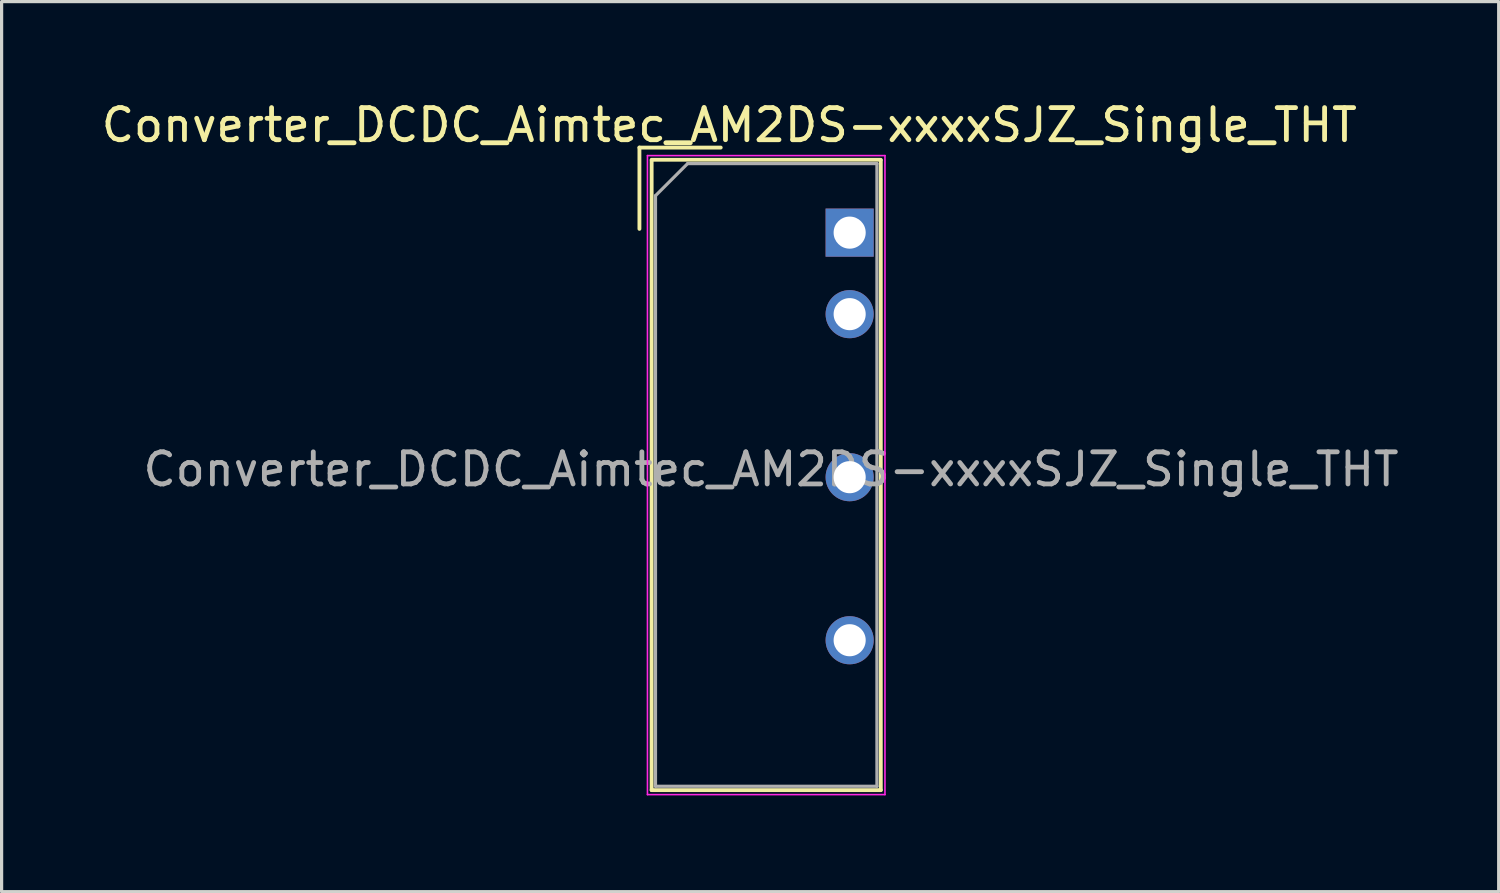
<source format=kicad_pcb>
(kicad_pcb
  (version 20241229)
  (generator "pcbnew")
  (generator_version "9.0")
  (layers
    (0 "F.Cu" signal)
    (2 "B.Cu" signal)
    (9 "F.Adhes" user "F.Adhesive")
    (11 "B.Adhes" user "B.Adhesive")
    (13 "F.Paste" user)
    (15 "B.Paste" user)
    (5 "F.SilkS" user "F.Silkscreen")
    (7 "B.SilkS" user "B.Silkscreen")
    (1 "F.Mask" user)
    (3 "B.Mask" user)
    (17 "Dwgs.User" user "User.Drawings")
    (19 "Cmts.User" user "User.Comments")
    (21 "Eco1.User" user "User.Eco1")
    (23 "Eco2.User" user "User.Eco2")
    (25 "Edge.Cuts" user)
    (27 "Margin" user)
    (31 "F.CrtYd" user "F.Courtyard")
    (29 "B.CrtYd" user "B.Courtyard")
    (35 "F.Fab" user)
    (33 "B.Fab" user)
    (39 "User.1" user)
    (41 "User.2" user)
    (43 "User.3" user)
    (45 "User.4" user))
  (footprint "Converter_DCDC_Aimtec_AM2DS-xxxxSJZ_Single_THT"
    (layer "F.Cu")
    (at 23.423 4.198)
    (property "Reference" "Converter_DCDC_Aimtec_AM2DS-xxxxSJZ_Single_THT" (at -3.75 -3.35 0) (layer "F.SilkS") (effects (font (size 1 1) (thickness 0.15))))
    (attr through_hole)
    (fp_line (start -6.55 -2.65) (end -4.017 -2.65) (stroke (width 0.12) (type solid)) (layer "F.SilkS"))
    (fp_line (start -6.55 -0.117) (end -6.55 -2.65) (stroke (width 0.12) (type solid)) (layer "F.SilkS"))
    (fp_line (start -6.17 -2.27) (end 0.97 -2.27) (stroke (width 0.12) (type solid)) (layer "F.SilkS"))
    (fp_line (start -6.17 -2.25) (end -6.17 17.37) (stroke (width 0.12) (type solid)) (layer "F.SilkS"))
    (fp_line (start -6.17 17.37) (end 0.97 17.37) (stroke (width 0.12) (type solid)) (layer "F.SilkS"))
    (fp_line (start 0.97 -2.25) (end 0.97 17.37) (stroke (width 0.12) (type solid)) (layer "F.SilkS"))
    (fp_line (start -6.3 -2.4) (end -6.3 17.51) (stroke (width 0.05) (type solid)) (layer "F.CrtYd"))
    (fp_line (start -6.3 -2.4) (end 1.1 -2.4) (stroke (width 0.05) (type solid)) (layer "F.CrtYd"))
    (fp_line (start -6.3 17.51) (end 1.1 17.51) (stroke (width 0.05) (type solid)) (layer "F.CrtYd"))
    (fp_line (start 1.1 -2.4) (end 1.1 17.51) (stroke (width 0.05) (type solid)) (layer "F.CrtYd"))
    (fp_line (start -6.05 -1.15) (end -5.05 -2.15) (stroke (width 0.1) (type solid)) (layer "F.Fab"))
    (fp_line (start -6.05 17.25) (end -6.05 -1.15) (stroke (width 0.1) (type solid)) (layer "F.Fab"))
    (fp_line (start -5.05 -2.15) (end 0.85 -2.15) (stroke (width 0.1) (type solid)) (layer "F.Fab"))
    (fp_line (start 0.85 -2.15) (end 0.85 17.25) (stroke (width 0.1) (type solid)) (layer "F.Fab"))
    (fp_line (start 0.85 17.25) (end -6.05 17.25) (stroke (width 0.1) (type solid)) (layer "F.Fab"))
    (fp_text user "${REFERENCE}" (at -2.45 7.375 0) (layer "F.Fab") (effects (font (size 1 1) (thickness 0.15))))
    (pad "1" thru_hole rect (at 0 0) (size 1.5 1.5) (drill 1) (layers "*.Cu" "*.Mask"))
    (pad "2" thru_hole circle (at 0 2.54) (size 1.5 1.5) (drill 1) (layers "*.Cu" "*.Mask"))
    (pad "4" thru_hole circle (at 0 7.62) (size 1.5 1.5) (drill 1) (layers "*.Cu" "*.Mask"))
    (pad "6" thru_hole circle (at 0 12.7) (size 1.5 1.5) (drill 1) (layers "*.Cu" "*.Mask")))
  (gr_rect
    (start -3 -3)
    (end 43.645 24.733)
    (stroke (width 0.1) (type default))
    (fill no)
    (layer "Edge.Cuts")))
</source>
